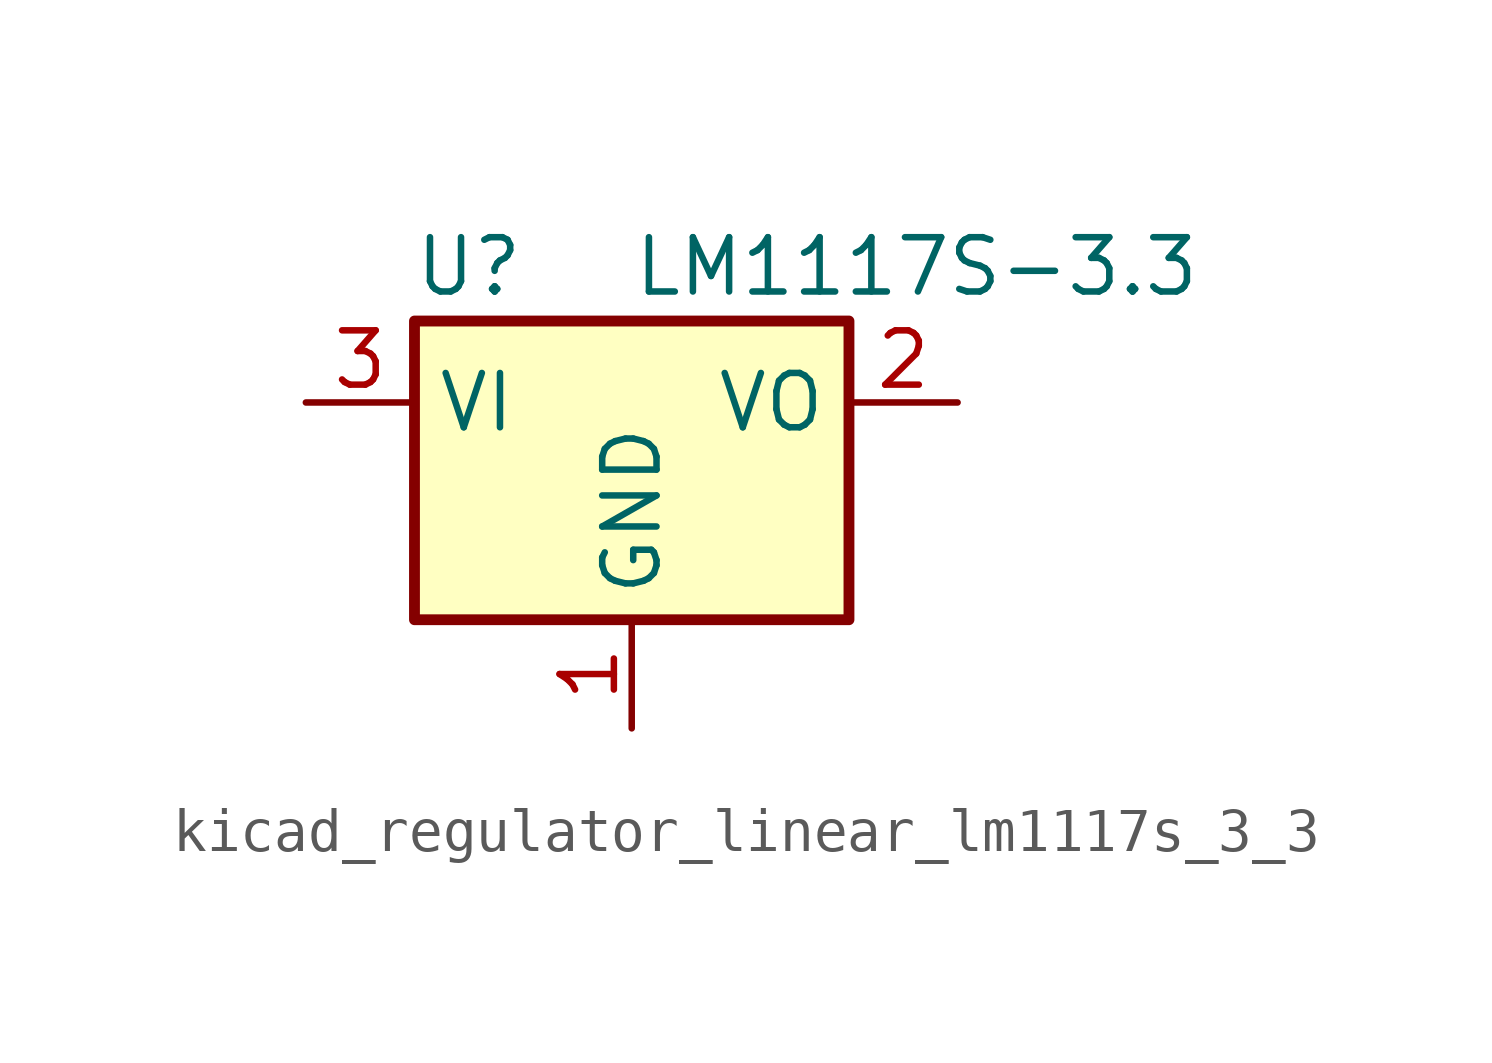
<source format=kicad_sym>
(kicad_symbol_lib
  (version 20220914)
  (generator kicad_symbol_editor)
  (symbol "kicad_regulator_linear_lm1117s_3_3"
    (property "Reference" "U"
      (at -3.81 3.175 0)
      (effects (font (size 1.27 1.27))))
    (property "Value" "LM1117S-3.3"
      (at 0 3.175 0)
      (effects (font (size 1.27 1.27)) (justify left)))
    (symbol "kicad_regulator_linear_lm1117s_3_3_0_1"
      (rectangle (start -5.08 -5.08) (end 5.08 1.905) (stroke (width 0.254) (type default)) (fill (type background))))
    (symbol "kicad_regulator_linear_lm1117s_3_3_1_1"
      (pin power_in line (at 0 -7.62 90) (length 2.54) (name "GND" (effects (font (size 1.27 1.27)))) (number "1" (effects (font (size 1.27 1.27)))))
      (pin power_out line (at 7.62 0 180) (length 2.54) (name "VO" (effects (font (size 1.27 1.27)))) (number "2" (effects (font (size 1.27 1.27)))))
      (pin power_in line (at -7.62 0 0) (length 2.54) (name "VI" (effects (font (size 1.27 1.27)))) (number "3" (effects (font (size 1.27 1.27))))))))
</source>
